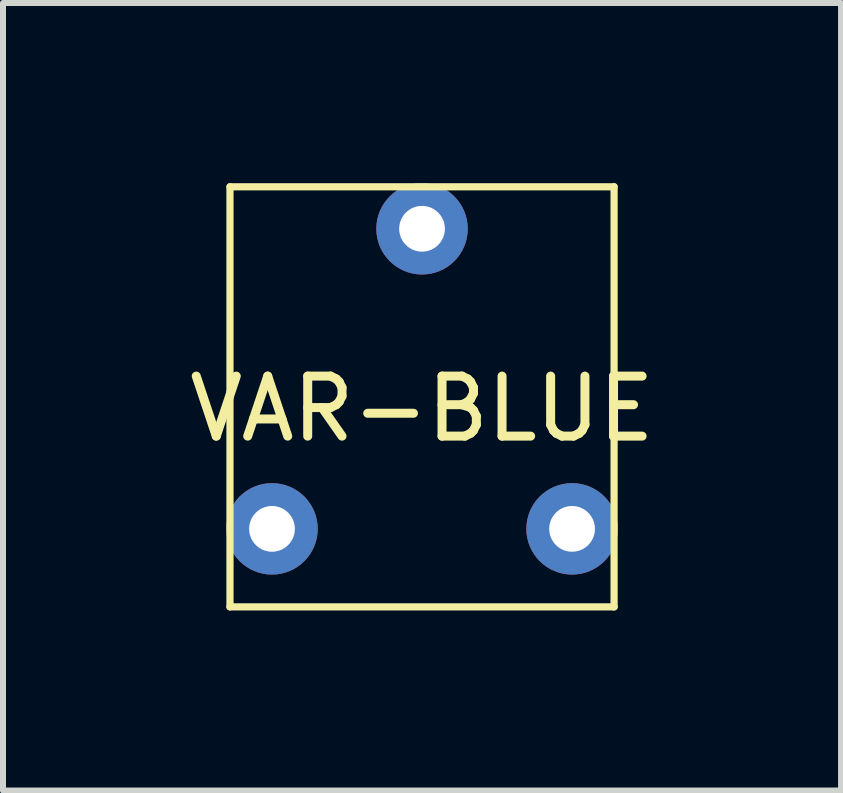
<source format=kicad_pcb>
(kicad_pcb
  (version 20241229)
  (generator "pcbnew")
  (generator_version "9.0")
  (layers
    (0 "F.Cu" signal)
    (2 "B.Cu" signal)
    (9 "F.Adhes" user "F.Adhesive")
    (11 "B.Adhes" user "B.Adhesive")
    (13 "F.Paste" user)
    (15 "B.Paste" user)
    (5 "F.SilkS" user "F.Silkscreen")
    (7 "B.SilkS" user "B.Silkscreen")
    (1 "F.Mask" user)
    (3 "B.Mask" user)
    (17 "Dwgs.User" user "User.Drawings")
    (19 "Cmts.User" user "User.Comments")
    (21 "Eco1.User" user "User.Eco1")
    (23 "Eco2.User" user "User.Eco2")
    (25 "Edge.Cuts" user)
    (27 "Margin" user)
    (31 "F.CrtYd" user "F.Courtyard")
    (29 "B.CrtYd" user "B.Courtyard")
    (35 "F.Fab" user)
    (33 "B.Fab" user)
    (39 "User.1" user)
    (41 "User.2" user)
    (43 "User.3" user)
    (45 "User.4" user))
  (footprint "VAR-BLUE"
    (layer "F.Cu")
    (at 3.982 3.262)
    (property "Reference" "VAR-BLUE" (at 0 0.5 0) (layer "F.SilkS") (effects (font (size 1 1) (thickness 0.15))))
    (attr through_hole)
    (fp_line (start -3.2 -3.2) (end -3.2 3.8) (stroke (width 0.12) (type solid)) (layer "F.SilkS"))
    (fp_line (start -3.2 -3.2) (end 3.2 -3.2) (stroke (width 0.12) (type solid)) (layer "F.SilkS"))
    (fp_line (start -3.2 3.8) (end 3.2 3.8) (stroke (width 0.12) (type solid)) (layer "F.SilkS"))
    (fp_line (start 3.2 3.8) (end 3.2 -3.2) (stroke (width 0.12) (type solid)) (layer "F.SilkS"))
    (pad "1" thru_hole circle (at -2.5 2.5) (size 1.524 1.524) (drill 0.762) (layers "*.Cu" "*.Mask"))
    (pad "2" thru_hole circle (at 0 -2.5) (size 1.524 1.524) (drill 0.762) (layers "*.Cu" "*.Mask"))
    (pad "3" thru_hole circle (at 2.5 2.5) (size 1.524 1.524) (drill 0.762) (layers "*.Cu" "*.Mask")))
  (gr_rect
    (start -3 -3)
    (end 10.964 10.122)
    (stroke (width 0.1) (type default))
    (fill no)
    (layer "Edge.Cuts")))
</source>
